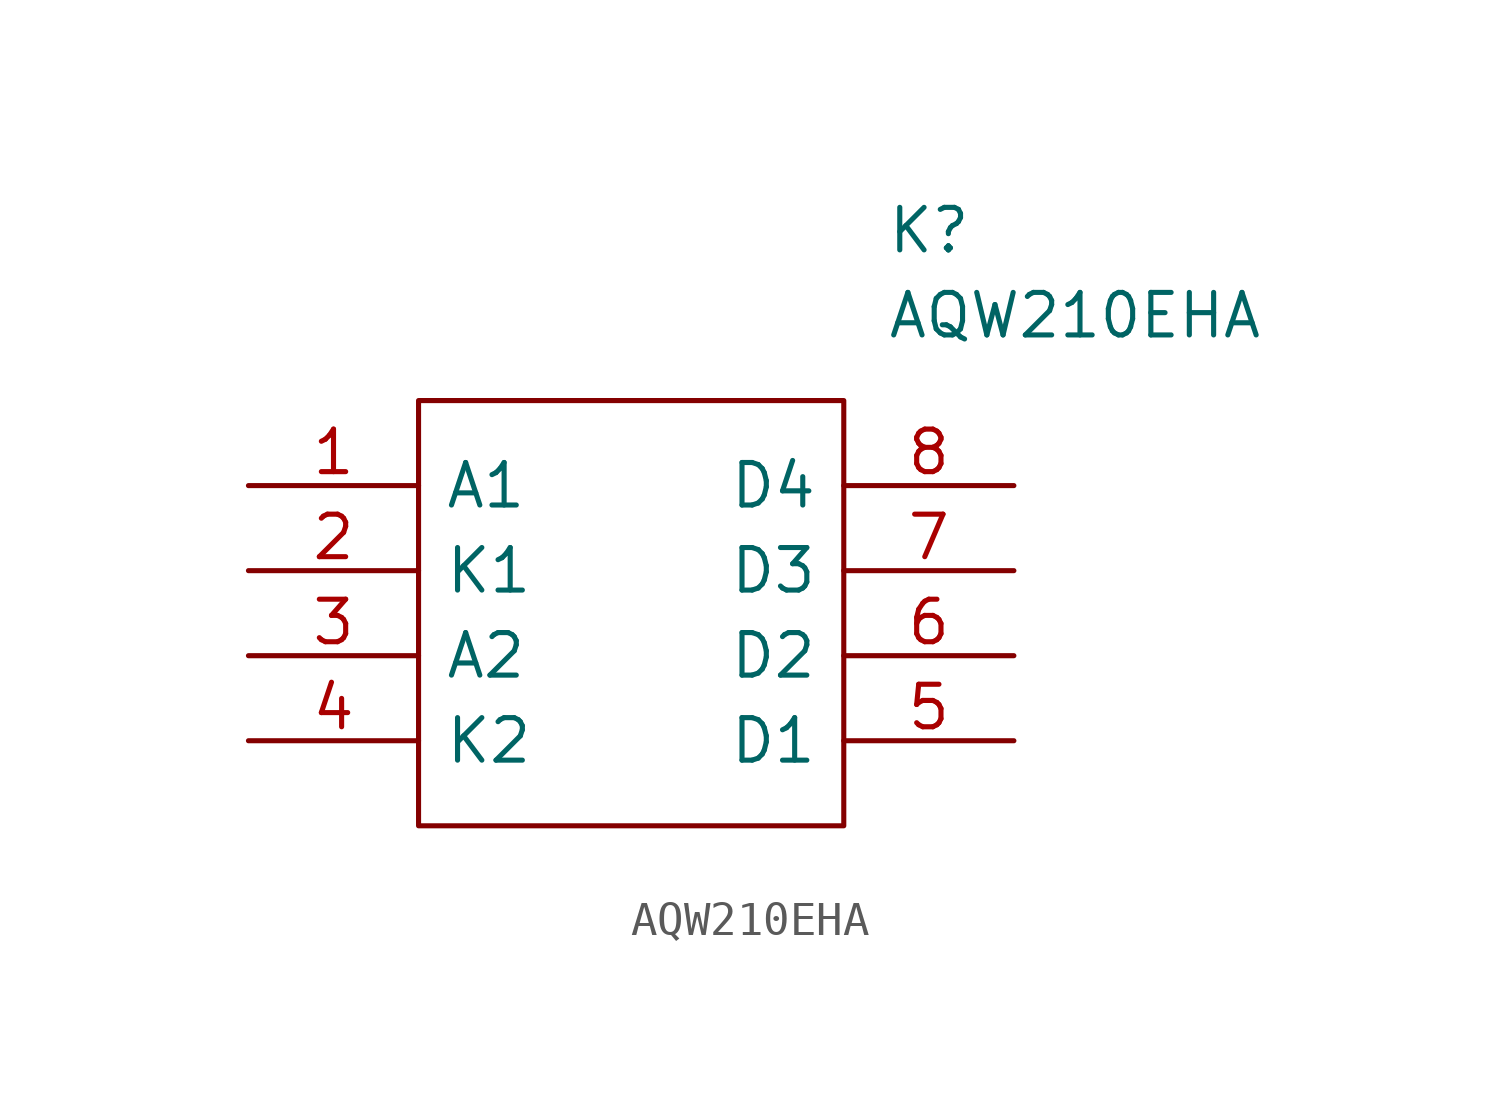
<source format=kicad_sym>
(kicad_symbol_lib
  (version 20211014)
  (generator kicad_symbol_editor)
  (symbol "AQW210EHA"
    (pin_names
      (offset 0.762))
    (property "Reference" "K"
      (at 19.05 7.62 0)
      (effects (font (size 1.27 1.27)) (justify left)))
    (property "Value" "AQW210EHA"
      (at 19.05 5.08 0)
      (effects (font (size 1.27 1.27)) (justify left)))
    (symbol "AQW210EHA_0_0"
      (pin passive line (at 0 0 0) (length 5.08) (name "A1" (effects (font (size 1.27 1.27)))) (number "1" (effects (font (size 1.27 1.27)))))
      (pin passive line (at 0 -2.54 0) (length 5.08) (name "K1" (effects (font (size 1.27 1.27)))) (number "2" (effects (font (size 1.27 1.27)))))
      (pin passive line (at 0 -5.08 0) (length 5.08) (name "A2" (effects (font (size 1.27 1.27)))) (number "3" (effects (font (size 1.27 1.27)))))
      (pin passive line (at 0 -7.62 0) (length 5.08) (name "K2" (effects (font (size 1.27 1.27)))) (number "4" (effects (font (size 1.27 1.27)))))
      (pin passive line (at 22.86 -7.62 180) (length 5.08) (name "D1" (effects (font (size 1.27 1.27)))) (number "5" (effects (font (size 1.27 1.27)))))
      (pin passive line (at 22.86 -5.08 180) (length 5.08) (name "D2" (effects (font (size 1.27 1.27)))) (number "6" (effects (font (size 1.27 1.27)))))
      (pin passive line (at 22.86 -2.54 180) (length 5.08) (name "D3" (effects (font (size 1.27 1.27)))) (number "7" (effects (font (size 1.27 1.27)))))
      (pin passive line (at 22.86 0 180) (length 5.08) (name "D4" (effects (font (size 1.27 1.27)))) (number "8" (effects (font (size 1.27 1.27))))))
    (symbol "AQW210EHA_0_1"
      (polyline (pts (xy 5.08 2.54) (xy 17.78 2.54) (xy 17.78 -10.16) (xy 5.08 -10.16) (xy 5.08 2.54)) (stroke (width 0.152) (type default) (color 0 0 0 0)) (fill (type none))))))
</source>
